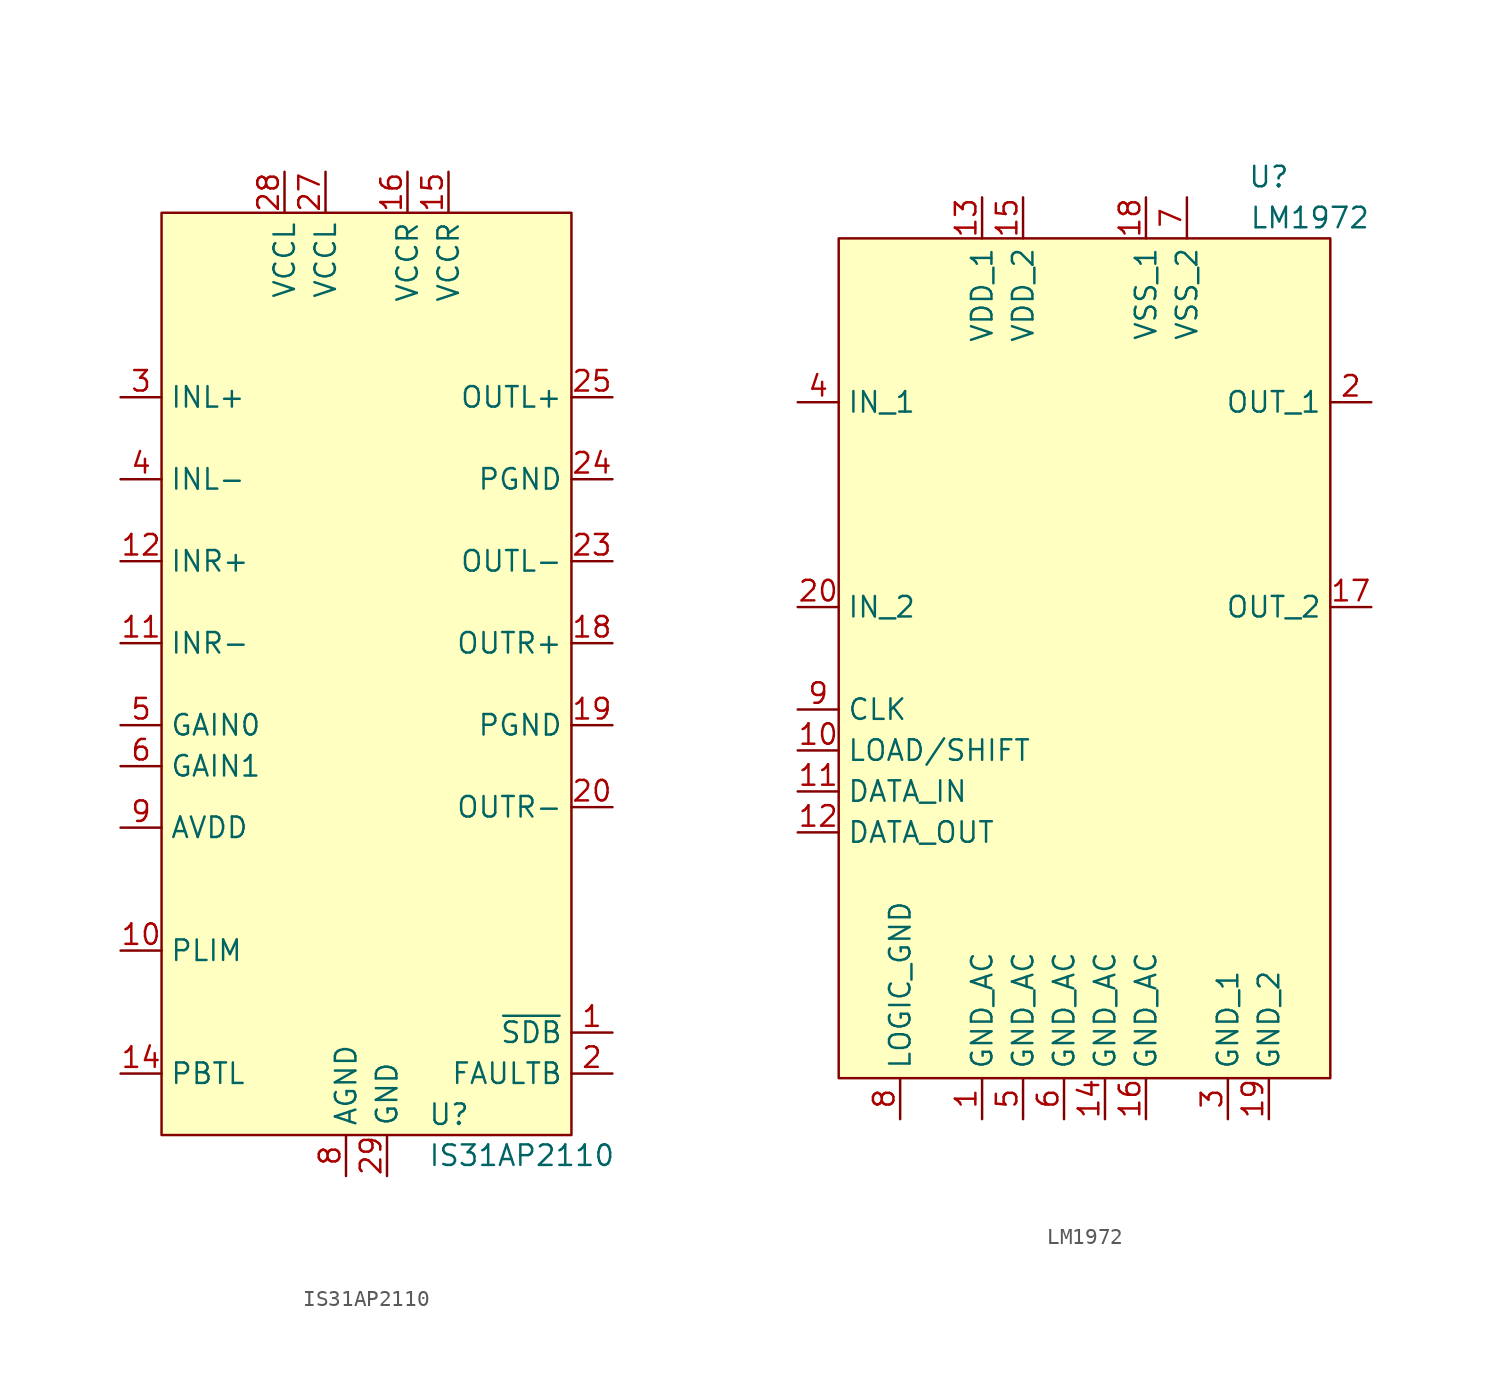
<source format=kicad_sym>
(kicad_symbol_lib
  (version 20200126)
  (host kicad_symbol_editor "(5.99.0-1907-g1c46bf195)")
  (symbol "Console2JAMMA:IS31AP2110"
    (property "Reference" "U"
      (at 3.81 -33.02 0)
      (effects (font (size 1.27 1.27)) (justify left)))
    (property "Value" "IS31AP2110"
      (at 3.81 -35.56 0)
      (effects (font (size 1.27 1.27)) (justify left)))
    (symbol "IS31AP2110_0_1"
      (rectangle (start -12.7 22.86) (end 12.7 -34.29) (stroke (width 0)) (fill (type background))))
    (symbol "IS31AP2110_1_1"
      (pin input line (at 15.24 -27.94 180) (length 2.54) (name "~SDB" (effects (font (size 1.27 1.27)))) (number "1" (effects (font (size 1.27 1.27)))))
      (pin input line (at -15.24 -22.86 0) (length 2.54) (name "PLIM" (effects (font (size 1.27 1.27)))) (number "10" (effects (font (size 1.27 1.27)))))
      (pin input line (at -15.24 -3.81 0) (length 2.54) (name "INR-" (effects (font (size 1.27 1.27)))) (number "11" (effects (font (size 1.27 1.27)))))
      (pin input line (at -15.24 1.27 0) (length 2.54) (name "INR+" (effects (font (size 1.27 1.27)))) (number "12" (effects (font (size 1.27 1.27)))))
      (pin unconnected line (at -15.24 -33.02 0) (length 2.54) hide (name "NC" (effects (font (size 1.27 1.27)))) (number "13" (effects (font (size 1.27 1.27)))))
      (pin input line (at -15.24 -30.48 0) (length 2.54) (name "PBTL" (effects (font (size 1.27 1.27)))) (number "14" (effects (font (size 1.27 1.27)))))
      (pin power_in line (at 5.08 25.4 270) (length 2.54) (name "VCCR" (effects (font (size 1.27 1.27)))) (number "15" (effects (font (size 1.27 1.27)))))
      (pin power_in line (at 2.54 25.4 270) (length 2.54) (name "VCCR" (effects (font (size 1.27 1.27)))) (number "16" (effects (font (size 1.27 1.27)))))
      (pin unconnected line (at -15.24 -33.02 0) (length 2.54) hide (name "NC" (effects (font (size 1.27 1.27)))) (number "17" (effects (font (size 1.27 1.27)))))
      (pin output line (at 15.24 -3.81 180) (length 2.54) (name "OUTR+" (effects (font (size 1.27 1.27)))) (number "18" (effects (font (size 1.27 1.27)))))
      (pin power_in line (at 15.24 -8.89 180) (length 2.54) (name "PGND" (effects (font (size 1.27 1.27)))) (number "19" (effects (font (size 1.27 1.27)))))
      (pin open_collector line (at 15.24 -30.48 180) (length 2.54) (name "FAULTB" (effects (font (size 1.27 1.27)))) (number "2" (effects (font (size 1.27 1.27)))))
      (pin output line (at 15.24 -13.97 180) (length 2.54) (name "OUTR-" (effects (font (size 1.27 1.27)))) (number "20" (effects (font (size 1.27 1.27)))))
      (pin unconnected line (at -15.24 -33.02 0) (length 2.54) hide (name "NC" (effects (font (size 1.27 1.27)))) (number "21" (effects (font (size 1.27 1.27)))))
      (pin unconnected line (at -15.24 -33.02 0) (length 2.54) hide (name "NC" (effects (font (size 1.27 1.27)))) (number "22" (effects (font (size 1.27 1.27)))))
      (pin output line (at 15.24 1.27 180) (length 2.54) (name "OUTL-" (effects (font (size 1.27 1.27)))) (number "23" (effects (font (size 1.27 1.27)))))
      (pin power_in line (at 15.24 6.35 180) (length 2.54) (name "PGND" (effects (font (size 1.27 1.27)))) (number "24" (effects (font (size 1.27 1.27)))))
      (pin output line (at 15.24 11.43 180) (length 2.54) (name "OUTL+" (effects (font (size 1.27 1.27)))) (number "25" (effects (font (size 1.27 1.27)))))
      (pin unconnected line (at -15.24 -33.02 0) (length 2.54) hide (name "NC" (effects (font (size 1.27 1.27)))) (number "26" (effects (font (size 1.27 1.27)))))
      (pin power_in line (at -2.54 25.4 270) (length 2.54) (name "VCCL" (effects (font (size 1.27 1.27)))) (number "27" (effects (font (size 1.27 1.27)))))
      (pin power_in line (at -5.08 25.4 270) (length 2.54) (name "VCCL" (effects (font (size 1.27 1.27)))) (number "28" (effects (font (size 1.27 1.27)))))
      (pin power_in line (at 1.27 -36.83 90) (length 2.54) (name "GND" (effects (font (size 1.27 1.27)))) (number "29" (effects (font (size 1.27 1.27)))))
      (pin input line (at -15.24 11.43 0) (length 2.54) (name "INL+" (effects (font (size 1.27 1.27)))) (number "3" (effects (font (size 1.27 1.27)))))
      (pin input line (at -15.24 6.35 0) (length 2.54) (name "INL-" (effects (font (size 1.27 1.27)))) (number "4" (effects (font (size 1.27 1.27)))))
      (pin input line (at -15.24 -8.89 0) (length 2.54) (name "GAIN0" (effects (font (size 1.27 1.27)))) (number "5" (effects (font (size 1.27 1.27)))))
      (pin input line (at -15.24 -11.43 0) (length 2.54) (name "GAIN1" (effects (font (size 1.27 1.27)))) (number "6" (effects (font (size 1.27 1.27)))))
      (pin unconnected line (at -15.24 -33.02 0) (length 2.54) hide (name "NC" (effects (font (size 1.27 1.27)))) (number "7" (effects (font (size 1.27 1.27)))))
      (pin power_in line (at -1.27 -36.83 90) (length 2.54) (name "AGND" (effects (font (size 1.27 1.27)))) (number "8" (effects (font (size 1.27 1.27)))))
      (pin power_out line (at -15.24 -15.24 0) (length 2.54) (name "AVDD" (effects (font (size 1.27 1.27)))) (number "9" (effects (font (size 1.27 1.27)))))))
  (symbol "Console2JAMMA:LM1972"
    (property "Reference" "U"
      (at 11.43 31.75 0)
      (effects (font (size 1.27 1.27))))
    (property "Value" "LM1972"
      (at 13.97 29.21 0)
      (effects (font (size 1.27 1.27))))
    (symbol "LM1972_0_1"
      (rectangle (start -15.24 27.94) (end 15.24 -24.13) (stroke (width 0)) (fill (type background))))
    (symbol "LM1972_1_1"
      (pin passive line (at -6.35 -26.67 90) (length 2.54) (name "GND_AC" (effects (font (size 1.27 1.27)))) (number "1" (effects (font (size 1.27 1.27)))))
      (pin input line (at -17.78 -3.81 0) (length 2.54) (name "LOAD/SHIFT" (effects (font (size 1.27 1.27)))) (number "10" (effects (font (size 1.27 1.27)))))
      (pin input line (at -17.78 -6.35 0) (length 2.54) (name "DATA_IN" (effects (font (size 1.27 1.27)))) (number "11" (effects (font (size 1.27 1.27)))))
      (pin output line (at -17.78 -8.89 0) (length 2.54) (name "DATA_OUT" (effects (font (size 1.27 1.27)))) (number "12" (effects (font (size 1.27 1.27)))))
      (pin power_in line (at -6.35 30.48 270) (length 2.54) (name "VDD_1" (effects (font (size 1.27 1.27)))) (number "13" (effects (font (size 1.27 1.27)))))
      (pin passive line (at 1.27 -26.67 90) (length 2.54) (name "GND_AC" (effects (font (size 1.27 1.27)))) (number "14" (effects (font (size 1.27 1.27)))))
      (pin power_in line (at -3.81 30.48 270) (length 2.54) (name "VDD_2" (effects (font (size 1.27 1.27)))) (number "15" (effects (font (size 1.27 1.27)))))
      (pin passive line (at 3.81 -26.67 90) (length 2.54) (name "GND_AC" (effects (font (size 1.27 1.27)))) (number "16" (effects (font (size 1.27 1.27)))))
      (pin output line (at 17.78 5.08 180) (length 2.54) (name "OUT_2" (effects (font (size 1.27 1.27)))) (number "17" (effects (font (size 1.27 1.27)))))
      (pin power_in line (at 3.81 30.48 270) (length 2.54) (name "VSS_1" (effects (font (size 1.27 1.27)))) (number "18" (effects (font (size 1.27 1.27)))))
      (pin power_in line (at 11.43 -26.67 90) (length 2.54) (name "GND_2" (effects (font (size 1.27 1.27)))) (number "19" (effects (font (size 1.27 1.27)))))
      (pin output line (at 17.78 17.78 180) (length 2.54) (name "OUT_1" (effects (font (size 1.27 1.27)))) (number "2" (effects (font (size 1.27 1.27)))))
      (pin input line (at -17.78 5.08 0) (length 2.54) (name "IN_2" (effects (font (size 1.27 1.27)))) (number "20" (effects (font (size 1.27 1.27)))))
      (pin power_in line (at 8.89 -26.67 90) (length 2.54) (name "GND_1" (effects (font (size 1.27 1.27)))) (number "3" (effects (font (size 1.27 1.27)))))
      (pin input line (at -17.78 17.78 0) (length 2.54) (name "IN_1" (effects (font (size 1.27 1.27)))) (number "4" (effects (font (size 1.27 1.27)))))
      (pin passive line (at -3.81 -26.67 90) (length 2.54) (name "GND_AC" (effects (font (size 1.27 1.27)))) (number "5" (effects (font (size 1.27 1.27)))))
      (pin passive line (at -1.27 -26.67 90) (length 2.54) (name "GND_AC" (effects (font (size 1.27 1.27)))) (number "6" (effects (font (size 1.27 1.27)))))
      (pin power_in line (at 6.35 30.48 270) (length 2.54) (name "VSS_2" (effects (font (size 1.27 1.27)))) (number "7" (effects (font (size 1.27 1.27)))))
      (pin power_in line (at -11.43 -26.67 90) (length 2.54) (name "LOGIC_GND" (effects (font (size 1.27 1.27)))) (number "8" (effects (font (size 1.27 1.27)))))
      (pin input line (at -17.78 -1.27 0) (length 2.54) (name "CLK" (effects (font (size 1.27 1.27)))) (number "9" (effects (font (size 1.27 1.27))))))))
</source>
